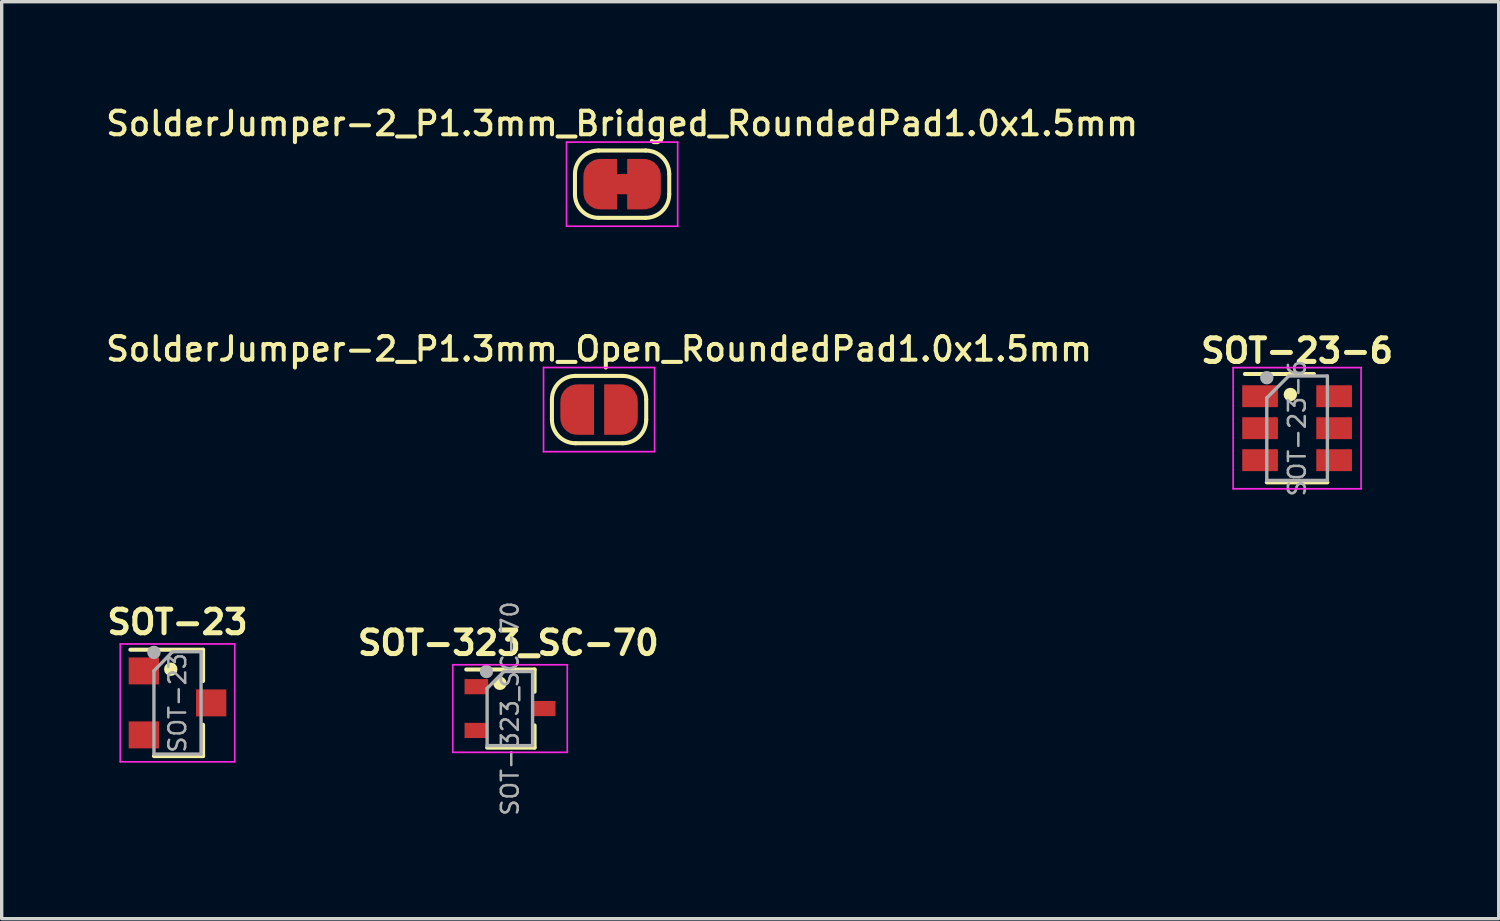
<source format=kicad_pcb>
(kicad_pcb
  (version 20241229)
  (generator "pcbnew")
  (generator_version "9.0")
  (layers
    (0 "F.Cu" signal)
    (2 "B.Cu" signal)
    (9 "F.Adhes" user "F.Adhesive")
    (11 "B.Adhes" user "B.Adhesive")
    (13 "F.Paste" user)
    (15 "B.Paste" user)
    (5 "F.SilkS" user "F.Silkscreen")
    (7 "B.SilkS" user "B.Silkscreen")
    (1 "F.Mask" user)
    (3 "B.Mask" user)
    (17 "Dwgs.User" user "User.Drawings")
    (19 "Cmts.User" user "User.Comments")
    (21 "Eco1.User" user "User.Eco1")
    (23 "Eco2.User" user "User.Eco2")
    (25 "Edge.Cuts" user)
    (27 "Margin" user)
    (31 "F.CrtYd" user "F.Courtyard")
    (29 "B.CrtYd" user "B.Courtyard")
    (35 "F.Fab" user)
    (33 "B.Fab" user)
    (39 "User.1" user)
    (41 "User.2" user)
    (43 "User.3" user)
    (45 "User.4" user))
  (footprint "SolderJumper-2_P1.3mm_Open_RoundedPad1.0x1.5mm"
    (layer "F.Cu")
    (at 14.743 9.115)
    (property "Reference" "SolderJumper-2_P1.3mm_Open_RoundedPad1.0x1.5mm" (at 0 -1.8 0) (layer "F.SilkS") (effects (font (size 0.7 0.7) (thickness 0.12))))
    (attr exclude_from_pos_files exclude_from_bom)
    (fp_line (start -1.4 0.3) (end -1.4 -0.3) (stroke (width 0.12) (type solid)) (layer "F.SilkS"))
    (fp_line (start -0.7 -1) (end 0.7 -1) (stroke (width 0.12) (type solid)) (layer "F.SilkS"))
    (fp_line (start 0.7 1) (end -0.7 1) (stroke (width 0.12) (type solid)) (layer "F.SilkS"))
    (fp_line (start 1.4 -0.3) (end 1.4 0.3) (stroke (width 0.12) (type solid)) (layer "F.SilkS"))
    (fp_arc (start -1.4 -0.3) (mid -1.194975 -0.794975) (end -0.7 -1) (stroke (width 0.12) (type solid)) (layer "F.SilkS"))
    (fp_arc (start -0.7 1) (mid -1.194975 0.794975) (end -1.4 0.3) (stroke (width 0.12) (type solid)) (layer "F.SilkS"))
    (fp_arc (start 0.7 -1) (mid 1.194975 -0.794975) (end 1.4 -0.3) (stroke (width 0.12) (type solid)) (layer "F.SilkS"))
    (fp_arc (start 1.4 0.3) (mid 1.194975 0.794975) (end 0.7 1) (stroke (width 0.12) (type solid)) (layer "F.SilkS"))
    (fp_line (start -1.65 -1.25) (end -1.65 1.25) (stroke (width 0.05) (type solid)) (layer "F.CrtYd"))
    (fp_line (start -1.65 -1.25) (end 1.65 -1.25) (stroke (width 0.05) (type solid)) (layer "F.CrtYd"))
    (fp_line (start 1.65 1.25) (end -1.65 1.25) (stroke (width 0.05) (type solid)) (layer "F.CrtYd"))
    (fp_line (start 1.65 1.25) (end 1.65 -1.25) (stroke (width 0.05) (type solid)) (layer "F.CrtYd"))
    (pad "1" smd custom (at -0.65 0) (size 1 0.5) (layers "F.Cu" "F.Mask") (options (anchor rect)) (primitives (gr_circle (center 0 0.25) (end 0.5 0.25) (width 0) (fill yes)) (gr_circle (center 0 -0.25) (end 0.5 -0.25) (width 0) (fill yes)) (gr_poly (pts (xy 0 -0.75) (xy 0.5 -0.75) (xy 0.5 0.75) (xy 0 0.75)) (width 0) (fill yes))))
    (pad "2" smd custom (at 0.65 0) (size 1 0.5) (layers "F.Cu" "F.Mask") (options (anchor rect)) (primitives (gr_circle (center 0 0.25) (end 0.5 0.25) (width 0) (fill yes)) (gr_circle (center 0 -0.25) (end 0.5 -0.25) (width 0) (fill yes)) (gr_poly (pts (xy 0 -0.75) (xy -0.5 -0.75) (xy -0.5 0.75) (xy 0 0.75)) (width 0) (fill yes)))))
  (footprint "SOT-323_SC-70"
    (layer "F.Cu")
    (at 12.098 17.995)
    (property "Reference" "SOT-323_SC-70" (at -0.05 -1.95 0) (layer "F.SilkS") (effects (font (size 0.7 0.7) (thickness 0.15))))
    (attr smd)
    (fp_line (start -0.68 1.16) (end 0.73 1.16) (stroke (width 0.12) (type solid)) (layer "F.SilkS"))
    (fp_line (start 0.73 -1.16) (end -1.3 -1.16) (stroke (width 0.12) (type solid)) (layer "F.SilkS"))
    (fp_line (start 0.73 -1.16) (end 0.73 -0.5) (stroke (width 0.12) (type solid)) (layer "F.SilkS"))
    (fp_line (start 0.73 0.5) (end 0.73 1.16) (stroke (width 0.12) (type solid)) (layer "F.SilkS"))
    (fp_circle (center -0.3 -0.75) (end -0.2 -0.75) (stroke (width 0.2) (type solid)) (fill no) (layer "F.SilkS"))
    (fp_line (start -1.7 -1.3) (end 1.7 -1.3) (stroke (width 0.05) (type solid)) (layer "F.CrtYd"))
    (fp_line (start -1.7 1.3) (end -1.7 -1.3) (stroke (width 0.05) (type solid)) (layer "F.CrtYd"))
    (fp_line (start 1.7 -1.3) (end 1.7 1.3) (stroke (width 0.05) (type solid)) (layer "F.CrtYd"))
    (fp_line (start 1.7 1.3) (end -1.7 1.3) (stroke (width 0.05) (type solid)) (layer "F.CrtYd"))
    (fp_line (start -0.68 -0.6) (end -0.68 1.1) (stroke (width 0.1) (type solid)) (layer "F.Fab"))
    (fp_line (start -0.18 -1.1) (end -0.68 -0.6) (stroke (width 0.1) (type solid)) (layer "F.Fab"))
    (fp_line (start 0.67 -1.1) (end -0.18 -1.1) (stroke (width 0.1) (type solid)) (layer "F.Fab"))
    (fp_line (start 0.67 -1.1) (end 0.67 1.1) (stroke (width 0.1) (type solid)) (layer "F.Fab"))
    (fp_line (start 0.67 1.1) (end -0.68 1.1) (stroke (width 0.1) (type solid)) (layer "F.Fab"))
    (fp_circle (center -0.7 -1.1) (end -0.6 -1.1) (stroke (width 0.2) (type solid)) (fill no) (layer "F.Fab"))
    (fp_text user "${REFERENCE}" (at 0 0 90) (layer "F.Fab") (effects (font (size 0.5 0.5) (thickness 0.075))))
    (pad "1" smd rect (at -1 -0.65 270) (size 0.45 0.7) (layers "F.Cu" "F.Mask" "F.Paste"))
    (pad "2" smd rect (at -1 0.65 270) (size 0.45 0.7) (layers "F.Cu" "F.Mask" "F.Paste"))
    (pad "3" smd rect (at 1 0 270) (size 0.45 0.7) (layers "F.Cu" "F.Mask" "F.Paste")))
  (footprint "SolderJumper-2_P1.3mm_Bridged_RoundedPad1.0x1.5mm"
    (layer "F.Cu")
    (at 15.427 2.42)
    (property "Reference" "SolderJumper-2_P1.3mm_Bridged_RoundedPad1.0x1.5mm" (at 0 -1.8 0) (layer "F.SilkS") (effects (font (size 0.7 0.7) (thickness 0.12))))
    (attr exclude_from_pos_files exclude_from_bom)
    (fp_poly (pts (xy 0.25 -0.3) (xy -0.25 -0.3) (xy -0.25 0.3) (xy 0.25 0.3)) (stroke (width 0) (type solid)) (fill yes) (layer "F.Cu"))
    (fp_line (start -1.4 0.3) (end -1.4 -0.3) (stroke (width 0.12) (type solid)) (layer "F.SilkS"))
    (fp_line (start -0.7 -1) (end 0.7 -1) (stroke (width 0.12) (type solid)) (layer "F.SilkS"))
    (fp_line (start 0.7 1) (end -0.7 1) (stroke (width 0.12) (type solid)) (layer "F.SilkS"))
    (fp_line (start 1.4 -0.3) (end 1.4 0.3) (stroke (width 0.12) (type solid)) (layer "F.SilkS"))
    (fp_arc (start -1.4 -0.3) (mid -1.194975 -0.794975) (end -0.7 -1) (stroke (width 0.12) (type solid)) (layer "F.SilkS"))
    (fp_arc (start -0.7 1) (mid -1.194975 0.794975) (end -1.4 0.3) (stroke (width 0.12) (type solid)) (layer "F.SilkS"))
    (fp_arc (start 0.7 -1) (mid 1.194975 -0.794975) (end 1.4 -0.3) (stroke (width 0.12) (type solid)) (layer "F.SilkS"))
    (fp_arc (start 1.4 0.3) (mid 1.194975 0.794975) (end 0.7 1) (stroke (width 0.12) (type solid)) (layer "F.SilkS"))
    (fp_line (start -1.65 -1.25) (end -1.65 1.25) (stroke (width 0.05) (type solid)) (layer "F.CrtYd"))
    (fp_line (start -1.65 -1.25) (end 1.65 -1.25) (stroke (width 0.05) (type solid)) (layer "F.CrtYd"))
    (fp_line (start 1.65 1.25) (end -1.65 1.25) (stroke (width 0.05) (type solid)) (layer "F.CrtYd"))
    (fp_line (start 1.65 1.25) (end 1.65 -1.25) (stroke (width 0.05) (type solid)) (layer "F.CrtYd"))
    (pad "1" smd custom (at -0.65 0) (size 1 0.5) (layers "F.Cu" "F.Mask") (options (anchor rect)) (primitives (gr_circle (center 0 0.25) (end 0.5 0.25) (width 0) (fill yes)) (gr_circle (center 0 -0.25) (end 0.5 -0.25) (width 0) (fill yes)) (gr_poly (pts (xy 0 -0.75) (xy 0.5 -0.75) (xy 0.5 0.75) (xy 0 0.75)) (width 0) (fill yes))))
    (pad "2" smd custom (at 0.65 0) (size 1 0.5) (layers "F.Cu" "F.Mask") (options (anchor rect)) (primitives (gr_circle (center 0 0.25) (end 0.5 0.25) (width 0) (fill yes)) (gr_circle (center 0 -0.25) (end 0.5 -0.25) (width 0) (fill yes)) (gr_poly (pts (xy 0 -0.75) (xy -0.5 -0.75) (xy -0.5 0.75) (xy 0 0.75)) (width 0) (fill yes)))))
  (footprint "SOT-23"
    (layer "F.Cu")
    (at 2.222 17.827)
    (property "Reference" "SOT-23" (at 0 -2.4 0) (layer "F.SilkS") (effects (font (size 0.7 0.7) (thickness 0.15))))
    (attr smd)
    (fp_line (start 0.76 -1.58) (end -1.4 -1.58) (stroke (width 0.12) (type solid)) (layer "F.SilkS"))
    (fp_line (start 0.76 -1.58) (end 0.76 -0.65) (stroke (width 0.12) (type solid)) (layer "F.SilkS"))
    (fp_line (start 0.76 1.58) (end -0.7 1.58) (stroke (width 0.12) (type solid)) (layer "F.SilkS"))
    (fp_line (start 0.76 1.58) (end 0.76 0.65) (stroke (width 0.12) (type solid)) (layer "F.SilkS"))
    (fp_circle (center -0.2 -1) (end -0.1 -1) (stroke (width 0.2) (type solid)) (fill no) (layer "F.SilkS"))
    (fp_line (start -1.7 -1.75) (end 1.7 -1.75) (stroke (width 0.05) (type solid)) (layer "F.CrtYd"))
    (fp_line (start -1.7 1.75) (end -1.7 -1.75) (stroke (width 0.05) (type solid)) (layer "F.CrtYd"))
    (fp_line (start 1.7 -1.75) (end 1.7 1.75) (stroke (width 0.05) (type solid)) (layer "F.CrtYd"))
    (fp_line (start 1.7 1.75) (end -1.7 1.75) (stroke (width 0.05) (type solid)) (layer "F.CrtYd"))
    (fp_line (start -0.7 -0.95) (end -0.7 1.5) (stroke (width 0.1) (type solid)) (layer "F.Fab"))
    (fp_line (start -0.7 -0.95) (end -0.15 -1.52) (stroke (width 0.1) (type solid)) (layer "F.Fab"))
    (fp_line (start -0.7 1.52) (end 0.7 1.52) (stroke (width 0.1) (type solid)) (layer "F.Fab"))
    (fp_line (start -0.15 -1.52) (end 0.7 -1.52) (stroke (width 0.1) (type solid)) (layer "F.Fab"))
    (fp_line (start 0.7 -1.52) (end 0.7 1.52) (stroke (width 0.1) (type solid)) (layer "F.Fab"))
    (fp_circle (center -0.7 -1.5) (end -0.6 -1.5) (stroke (width 0.2) (type solid)) (fill no) (layer "F.Fab"))
    (fp_text user "${REFERENCE}" (at 0 0 90) (layer "F.Fab") (effects (font (size 0.5 0.5) (thickness 0.075))))
    (pad "1" smd rect (at -1 -0.95) (size 0.9 0.8) (layers "F.Cu" "F.Mask" "F.Paste"))
    (pad "2" smd rect (at -1 0.95) (size 0.9 0.8) (layers "F.Cu" "F.Mask" "F.Paste"))
    (pad "3" smd rect (at 1 0) (size 0.9 0.8) (layers "F.Cu" "F.Mask" "F.Paste")))
  (footprint "SOT-23-6"
    (layer "F.Cu")
    (at 35.475 9.668)
    (property "Reference" "SOT-23-6" (at 0 -2.3 0) (layer "F.SilkS") (effects (font (size 0.7 0.7) (thickness 0.15))))
    (attr smd)
    (fp_line (start -0.9 1.61) (end 0.9 1.61) (stroke (width 0.12) (type solid)) (layer "F.SilkS"))
    (fp_line (start 0.5 -1.61) (end -1.55 -1.61) (stroke (width 0.12) (type solid)) (layer "F.SilkS"))
    (fp_circle (center -0.2 -1) (end -0.1 -1) (stroke (width 0.2) (type solid)) (fill no) (layer "F.SilkS"))
    (fp_line (start -1.9 -1.8) (end -1.9 1.8) (stroke (width 0.05) (type solid)) (layer "F.CrtYd"))
    (fp_line (start -1.9 1.8) (end 1.9 1.8) (stroke (width 0.05) (type solid)) (layer "F.CrtYd"))
    (fp_line (start 1.9 -1.8) (end -1.9 -1.8) (stroke (width 0.05) (type solid)) (layer "F.CrtYd"))
    (fp_line (start 1.9 1.8) (end 1.9 -1.8) (stroke (width 0.05) (type solid)) (layer "F.CrtYd"))
    (fp_line (start -0.9 -0.9) (end -0.9 1.55) (stroke (width 0.1) (type solid)) (layer "F.Fab"))
    (fp_line (start -0.9 -0.9) (end -0.25 -1.55) (stroke (width 0.1) (type solid)) (layer "F.Fab"))
    (fp_line (start 0.9 -1.55) (end -0.25 -1.55) (stroke (width 0.1) (type solid)) (layer "F.Fab"))
    (fp_line (start 0.9 -1.55) (end 0.9 1.55) (stroke (width 0.1) (type solid)) (layer "F.Fab"))
    (fp_line (start 0.9 1.55) (end -0.9 1.55) (stroke (width 0.1) (type solid)) (layer "F.Fab"))
    (fp_circle (center -0.9 -1.5) (end -0.8 -1.5) (stroke (width 0.2) (type solid)) (fill no) (layer "F.Fab"))
    (fp_text user "${REFERENCE}" (at 0 0 90) (layer "F.Fab") (effects (font (size 0.5 0.5) (thickness 0.075))))
    (pad "1" smd rect (at -1.1 -0.95) (size 1.06 0.65) (layers "F.Cu" "F.Mask" "F.Paste"))
    (pad "2" smd rect (at -1.1 0) (size 1.06 0.65) (layers "F.Cu" "F.Mask" "F.Paste"))
    (pad "3" smd rect (at -1.1 0.95) (size 1.06 0.65) (layers "F.Cu" "F.Mask" "F.Paste"))
    (pad "4" smd rect (at 1.1 0.95) (size 1.06 0.65) (layers "F.Cu" "F.Mask" "F.Paste"))
    (pad "5" smd rect (at 1.1 0) (size 1.06 0.65) (layers "F.Cu" "F.Mask" "F.Paste"))
    (pad "6" smd rect (at 1.1 -0.95) (size 1.06 0.65) (layers "F.Cu" "F.Mask" "F.Paste")))
  (gr_rect
    (start -3 -3)
    (end 41.463 24.236)
    (stroke (width 0.1) (type default))
    (fill no)
    (layer "Edge.Cuts")))
</source>
